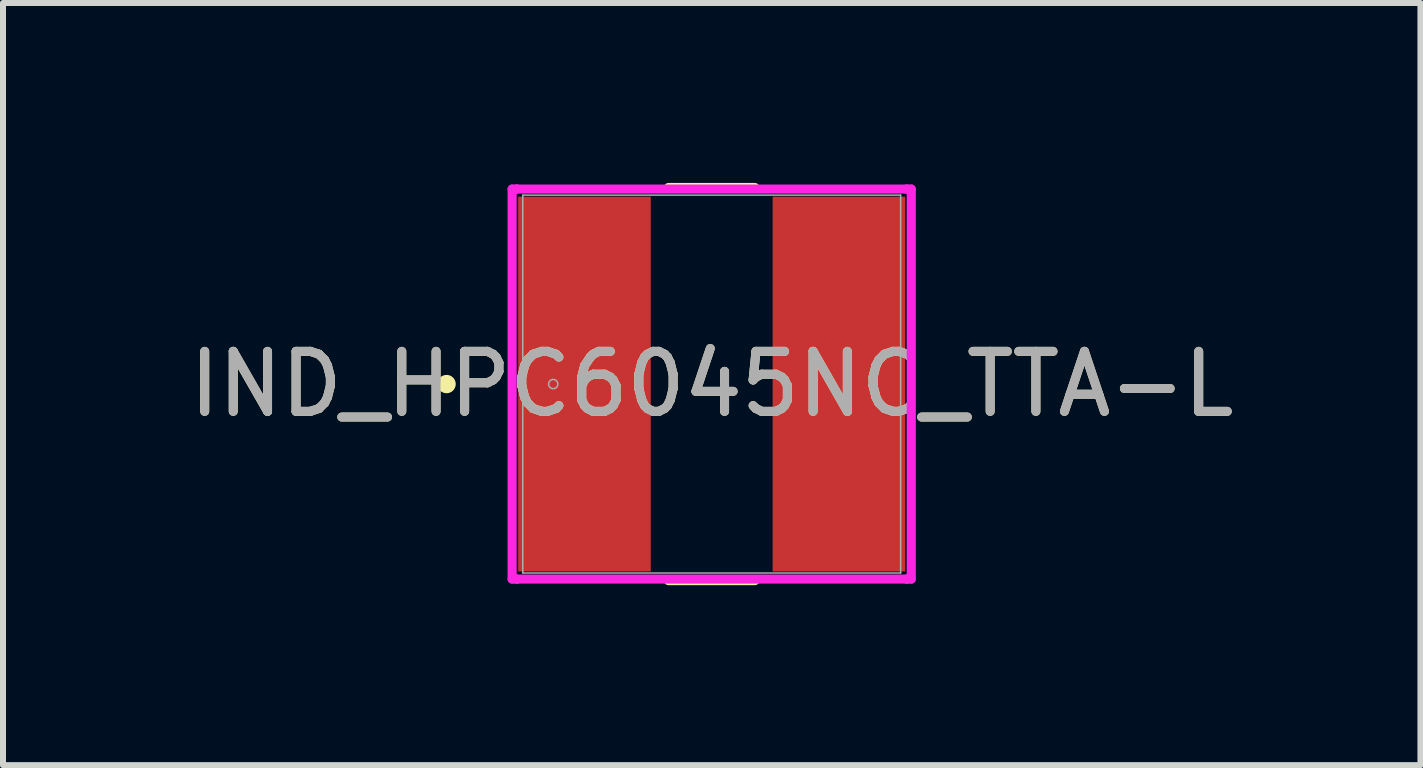
<source format=kicad_pcb>
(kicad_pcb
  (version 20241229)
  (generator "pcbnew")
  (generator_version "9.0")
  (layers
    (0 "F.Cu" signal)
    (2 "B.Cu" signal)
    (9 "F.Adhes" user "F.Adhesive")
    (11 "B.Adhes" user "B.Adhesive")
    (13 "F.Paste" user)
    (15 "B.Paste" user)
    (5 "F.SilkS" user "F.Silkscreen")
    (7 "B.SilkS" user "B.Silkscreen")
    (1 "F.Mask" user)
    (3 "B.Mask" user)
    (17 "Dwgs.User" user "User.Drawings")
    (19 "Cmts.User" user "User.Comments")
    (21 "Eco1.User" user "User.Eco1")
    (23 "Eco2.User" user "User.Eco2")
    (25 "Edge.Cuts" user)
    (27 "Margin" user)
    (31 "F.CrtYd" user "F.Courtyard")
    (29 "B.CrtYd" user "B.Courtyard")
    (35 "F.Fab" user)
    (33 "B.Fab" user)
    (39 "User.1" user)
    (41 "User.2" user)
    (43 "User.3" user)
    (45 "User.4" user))
  (footprint "IND_HPC6045NC_TTA-L"
    (layer "F.Cu")
    (at 8.815 3.353)
    (property "Reference" "IND_HPC6045NC_TTA-L" (at 0 0 0) (unlocked yes) (layer "F.SilkS") (effects (font (size 1 1) (thickness 0.15))))
    (attr smd)
    (fp_line (start -0.72 3.277) (end 0.72 3.277) (stroke (width 0.152) (type solid)) (layer "F.SilkS"))
    (fp_line (start 0.72 -3.277) (end -0.72 -3.277) (stroke (width 0.152) (type solid)) (layer "F.SilkS"))
    (fp_circle (center -4.42 0) (end -4.343 0) (stroke (width 0.152) (type solid)) (fill no) (layer "F.SilkS"))
    (fp_line (start -3.327 -3.251) (end -3.251 -3.251) (stroke (width 0.152) (type solid)) (layer "F.CrtYd"))
    (fp_line (start -3.327 3.251) (end -3.327 -3.251) (stroke (width 0.152) (type solid)) (layer "F.CrtYd"))
    (fp_line (start -3.251 -3.251) (end -3.251 -3.251) (stroke (width 0.152) (type solid)) (layer "F.CrtYd"))
    (fp_line (start -3.251 -3.251) (end 3.251 -3.251) (stroke (width 0.152) (type solid)) (layer "F.CrtYd"))
    (fp_line (start -3.251 3.251) (end -3.327 3.251) (stroke (width 0.152) (type solid)) (layer "F.CrtYd"))
    (fp_line (start -3.251 3.251) (end -3.251 3.251) (stroke (width 0.152) (type solid)) (layer "F.CrtYd"))
    (fp_line (start 3.251 -3.251) (end 3.251 -3.251) (stroke (width 0.152) (type solid)) (layer "F.CrtYd"))
    (fp_line (start 3.251 -3.251) (end 3.327 -3.251) (stroke (width 0.152) (type solid)) (layer "F.CrtYd"))
    (fp_line (start 3.251 3.251) (end -3.251 3.251) (stroke (width 0.152) (type solid)) (layer "F.CrtYd"))
    (fp_line (start 3.251 3.251) (end 3.251 3.251) (stroke (width 0.152) (type solid)) (layer "F.CrtYd"))
    (fp_line (start 3.327 -3.251) (end 3.327 3.251) (stroke (width 0.152) (type solid)) (layer "F.CrtYd"))
    (fp_line (start 3.327 3.251) (end 3.251 3.251) (stroke (width 0.152) (type solid)) (layer "F.CrtYd"))
    (fp_line (start -3.15 -3.15) (end -3.15 3.15) (stroke (width 0.025) (type solid)) (layer "F.Fab"))
    (fp_line (start -3.15 3.15) (end 3.15 3.15) (stroke (width 0.025) (type solid)) (layer "F.Fab"))
    (fp_line (start 3.15 -3.15) (end -3.15 -3.15) (stroke (width 0.025) (type solid)) (layer "F.Fab"))
    (fp_line (start 3.15 3.15) (end 3.15 -3.15) (stroke (width 0.025) (type solid)) (layer "F.Fab"))
    (fp_circle (center -2.642 0) (end -2.565 0) (stroke (width 0.025) (type solid)) (fill no) (layer "F.Fab"))
    (fp_text user "${REFERENCE}" (at 0 0 0) (unlocked yes) (layer "F.Fab") (effects (font (size 1 1) (thickness 0.15))))
    (pad "1" smd rect (at -2.121 0 90) (size 6.248 2.21) (layers "F.Cu" "F.Mask" "F.Paste"))
    (pad "2" smd rect (at 2.121 0 90) (size 6.248 2.21) (layers "F.Cu" "F.Mask" "F.Paste"))
    (zone (net_name "") (layer "F.Cu") (hatch full 0.508) (connect_pads) (min_thickness 0.254) (filled_areas_thickness no) (keepout (tracks not_allowed) (vias not_allowed) (pads allowed) (copperpour not_allowed) (footprints allowed)) (placement (enabled no)) (fill) (polygon (pts (xy 5.717 0.254) (xy 11.914 0.254) (xy 11.914 0.152) (xy 5.717 0.152))))
    (zone (net_name "") (layer "F.Cu") (hatch full 0.508) (connect_pads) (min_thickness 0.254) (filled_areas_thickness no) (keepout (tracks not_allowed) (vias not_allowed) (pads allowed) (copperpour not_allowed) (footprints allowed)) (placement (enabled no)) (fill) (polygon (pts (xy 5.717 6.553) (xy 11.914 6.553) (xy 11.914 6.452) (xy 5.717 6.452))))
    (zone (net_name "") (layer "F.Cu") (hatch full 0.508) (connect_pads) (min_thickness 0.254) (filled_areas_thickness no) (keepout (tracks not_allowed) (vias not_allowed) (pads allowed) (copperpour not_allowed) (footprints allowed)) (placement (enabled no)) (fill) (polygon (pts (xy 7.85 0.152) (xy 9.781 0.152) (xy 9.781 6.553) (xy 7.85 6.553)))))
  (gr_rect
    (start -3 -3)
    (end 20.631 9.706)
    (stroke (width 0.1) (type default))
    (fill no)
    (layer "Edge.Cuts")))
</source>
